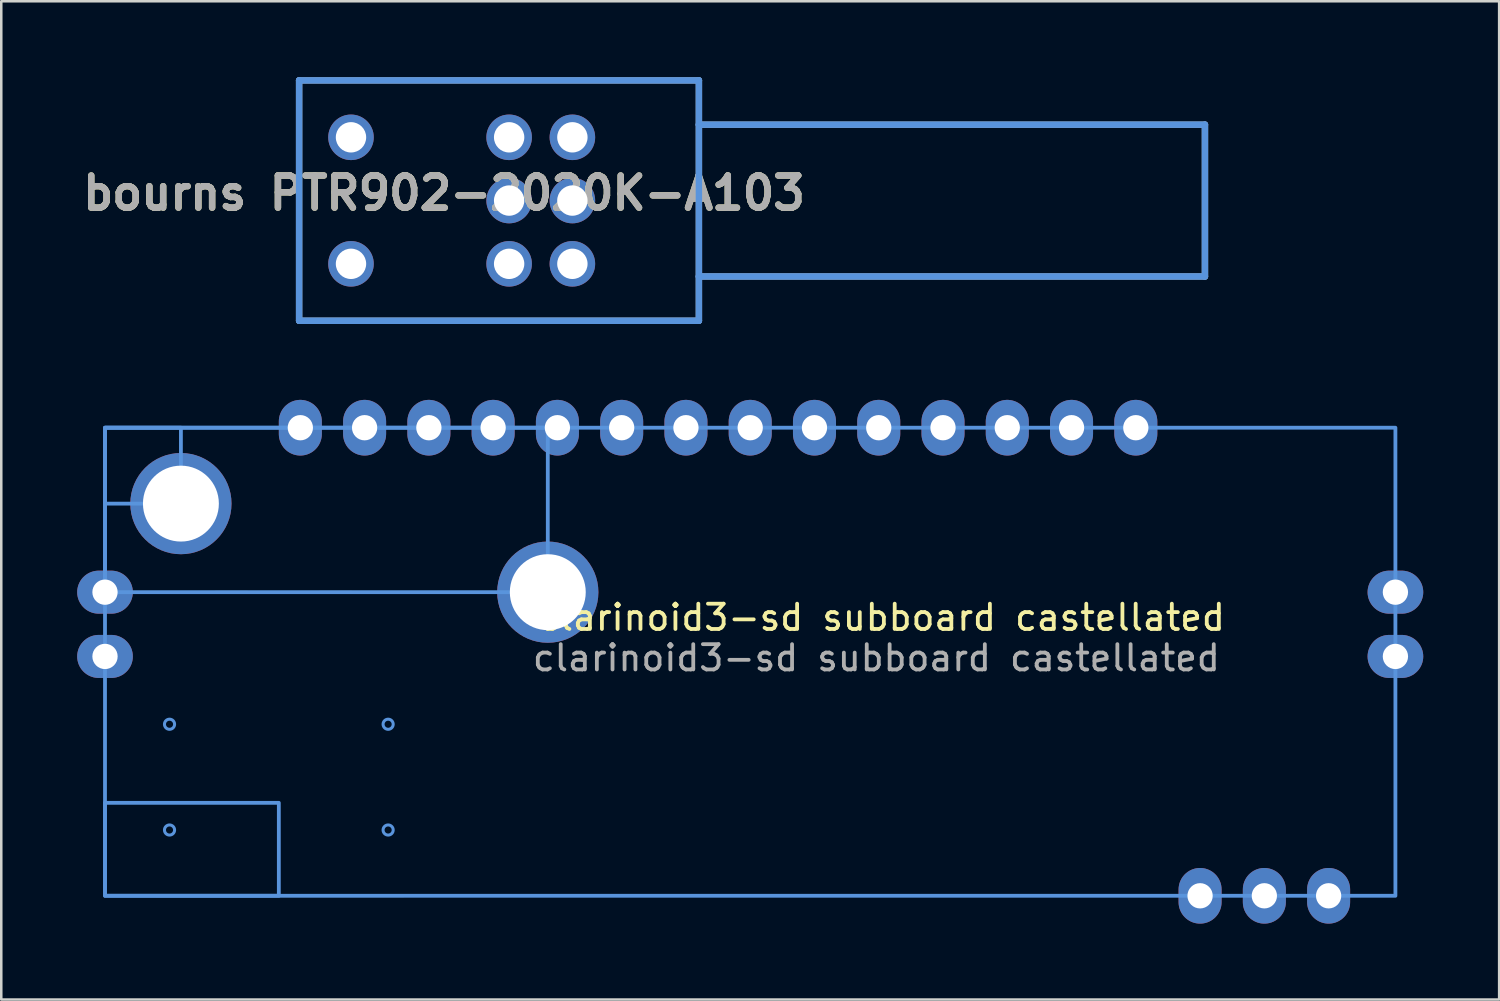
<source format=kicad_pcb>
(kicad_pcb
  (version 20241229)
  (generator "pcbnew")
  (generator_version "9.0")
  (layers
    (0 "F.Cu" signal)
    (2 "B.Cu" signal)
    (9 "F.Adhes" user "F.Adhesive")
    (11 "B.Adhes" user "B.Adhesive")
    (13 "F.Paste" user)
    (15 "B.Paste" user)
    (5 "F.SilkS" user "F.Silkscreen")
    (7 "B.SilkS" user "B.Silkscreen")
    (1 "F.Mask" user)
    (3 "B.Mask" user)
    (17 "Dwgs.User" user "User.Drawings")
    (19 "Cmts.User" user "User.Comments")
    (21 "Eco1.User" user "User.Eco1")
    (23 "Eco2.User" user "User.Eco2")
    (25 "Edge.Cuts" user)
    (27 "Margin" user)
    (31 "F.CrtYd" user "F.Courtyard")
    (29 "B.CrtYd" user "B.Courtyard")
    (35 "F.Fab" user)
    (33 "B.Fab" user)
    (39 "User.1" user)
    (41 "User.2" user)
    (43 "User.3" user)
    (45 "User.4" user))
  (footprint "bourns PTR902-2020K-A103"
    (layer "F.Cu")
    (at 24.572 4.877)
    (property "Reference" "bourns PTR902-2020K-A103" (at -10.076 -0.295 0) (layer "F.SilkS") (effects (font (size 1.27 1.27) (thickness 0.254))))
    (attr through_hole)
    (fp_line (start -15.8 -4.75) (end 0 -4.75) (stroke (width 0.254) (type solid)) (layer "Cmts.User"))
    (fp_line (start -15.8 4.75) (end -15.8 -4.75) (stroke (width 0.254) (type solid)) (layer "Cmts.User"))
    (fp_line (start 0 -4.75) (end 0 -3) (stroke (width 0.254) (type solid)) (layer "Cmts.User"))
    (fp_line (start 0 -3) (end 0 3) (stroke (width 0.254) (type solid)) (layer "Cmts.User"))
    (fp_line (start 0 -3) (end 20 -3) (stroke (width 0.254) (type solid)) (layer "Cmts.User"))
    (fp_line (start 0 3) (end 0 4.75) (stroke (width 0.254) (type solid)) (layer "Cmts.User"))
    (fp_line (start 0 4.75) (end -15.8 4.75) (stroke (width 0.254) (type solid)) (layer "Cmts.User"))
    (fp_line (start 20 -3) (end 20 3) (stroke (width 0.254) (type solid)) (layer "Cmts.User"))
    (fp_line (start 20 3) (end 0 3) (stroke (width 0.254) (type solid)) (layer "Cmts.User"))
    (fp_line (start -15.8 -4.75) (end 0 -4.75) (stroke (width 0.254) (type solid)) (layer "F.Fab"))
    (fp_line (start -15.8 4.75) (end -15.8 -4.75) (stroke (width 0.254) (type solid)) (layer "F.Fab"))
    (fp_line (start 0 -4.75) (end 0 4.75) (stroke (width 0.254) (type solid)) (layer "F.Fab"))
    (fp_line (start 0 -3) (end 20 -3) (stroke (width 0.254) (type solid)) (layer "F.Fab"))
    (fp_line (start 0 4.75) (end -15.8 4.75) (stroke (width 0.254) (type solid)) (layer "F.Fab"))
    (fp_line (start 20 -3) (end 20 3) (stroke (width 0.254) (type solid)) (layer "F.Fab"))
    (fp_line (start 20 3) (end 0 3) (stroke (width 0.254) (type solid)) (layer "F.Fab"))
    (fp_text user "${REFERENCE}" (at -10.076 -0.295 0) (layer "F.Fab") (effects (font (size 1.27 1.27) (thickness 0.254))))
    (pad "1" thru_hole circle (at -5 2.5) (size 1.8 1.8) (drill 1.2) (layers "*.Cu" "*.Mask"))
    (pad "2" thru_hole circle (at -5 0) (size 1.8 1.8) (drill 1.2) (layers "*.Cu" "*.Mask"))
    (pad "3" thru_hole circle (at -5 -2.5) (size 1.8 1.8) (drill 1.2) (layers "*.Cu" "*.Mask"))
    (pad "4" thru_hole circle (at -7.5 2.5) (size 1.8 1.8) (drill 1.2) (layers "*.Cu" "*.Mask"))
    (pad "5" thru_hole circle (at -7.5 0) (size 1.8 1.8) (drill 1.2) (layers "*.Cu" "*.Mask"))
    (pad "6" thru_hole circle (at -7.5 -2.5) (size 1.8 1.8) (drill 1.2) (layers "*.Cu" "*.Mask"))
    (pad "7" thru_hole circle (at -13.75 2.5) (size 1.8 1.8) (drill 1.2) (layers "*.Cu" "*.Mask"))
    (pad "8" thru_hole circle (at -13.75 -2.5) (size 1.8 1.8) (drill 1.2) (layers "*.Cu" "*.Mask")))
  (footprint "clarinoid3-sd subboard castellated"
    (layer "F.Cu")
    (at 4.1 16.854)
    (property "Reference" "clarinoid3-sd subboard castellated" (at 27.687 4.5 0) (unlocked yes) (layer "F.SilkS") (effects (font (size 1 1) (thickness 0.15))))
    (attr smd)
    (fp_rect (start -3 -3) (end 0 0) (stroke (width 0.15) (type solid)) (fill no) (layer "Cmts.User"))
    (fp_rect (start -3 -3) (end 14.5 3.5) (stroke (width 0.15) (type solid)) (fill no) (layer "Cmts.User"))
    (fp_rect (start -3 -3) (end 48 15.5) (stroke (width 0.15) (type solid)) (fill no) (layer "Cmts.User"))
    (fp_rect (start 3.87 11.825) (end -3 15.5) (stroke (width 0.15) (type solid)) (fill no) (layer "Cmts.User"))
    (fp_circle (center -0.45 8.72) (end -0.25 8.72) (stroke (width 0.12) (type solid)) (fill no) (layer "Cmts.User"))
    (fp_circle (center -0.45 12.9) (end -0.25 12.9) (stroke (width 0.12) (type solid)) (fill no) (layer "Cmts.User"))
    (fp_circle (center 4.72 -3) (end 5.017 -3) (stroke (width 0.2) (type solid)) (fill no) (layer "Cmts.User"))
    (fp_circle (center 8.19 8.72) (end 8.39 8.72) (stroke (width 0.12) (type solid)) (fill no) (layer "Cmts.User"))
    (fp_circle (center 8.19 12.9) (end 8.39 12.9) (stroke (width 0.12) (type solid)) (fill no) (layer "Cmts.User"))
    (fp_line (start -1 15.5) (end 8.8 15.5) (stroke (width 0.1) (type solid)) (layer "F.Fab"))
    (fp_line (start 1.375 3.5) (end 2.625 3.5) (stroke (width 0.1) (type solid)) (layer "F.Fab"))
    (fp_line (start 5.482 3.5) (end 6.732 3.5) (stroke (width 0.1) (type solid)) (layer "F.Fab"))
    (fp_text user "${REFERENCE}" (at 27.487 6.1 0) (unlocked yes) (layer "F.Fab") (effects (font (size 1 1) (thickness 0.15))))
    (pad "1" thru_hole oval (at 4.72 -3 90) (size 2.2 1.7) (drill 1) (property pad_prop_castellated) (layers "*.Cu" "*.Mask"))
    (pad "2" thru_hole oval (at 7.26 -3 90) (size 2.2 1.7) (drill 1) (property pad_prop_castellated) (layers "*.Cu" "*.Mask"))
    (pad "3" thru_hole oval (at 9.8 -3 90) (size 2.2 1.7) (drill 1) (property pad_prop_castellated) (layers "*.Cu" "*.Mask"))
    (pad "4" thru_hole oval (at 12.34 -3 90) (size 2.2 1.7) (drill 1) (property pad_prop_castellated) (layers "*.Cu" "*.Mask"))
    (pad "5" thru_hole oval (at 14.88 -3 90) (size 2.2 1.7) (drill 1) (property pad_prop_castellated) (layers "*.Cu" "*.Mask"))
    (pad "6" thru_hole oval (at 17.42 -3 90) (size 2.2 1.7) (drill 1) (property pad_prop_castellated) (layers "*.Cu" "*.Mask"))
    (pad "7" thru_hole oval (at 19.96 -3 90) (size 2.2 1.7) (drill 1) (property pad_prop_castellated) (layers "*.Cu" "*.Mask"))
    (pad "8" thru_hole oval (at 22.5 -3 90) (size 2.2 1.7) (drill 1) (property pad_prop_castellated) (layers "*.Cu" "*.Mask"))
    (pad "9" thru_hole oval (at 25.04 -3 90) (size 2.2 1.7) (drill 1) (property pad_prop_castellated) (layers "*.Cu" "*.Mask"))
    (pad "10" thru_hole oval (at 27.58 -3 90) (size 2.2 1.7) (drill 1) (property pad_prop_castellated) (layers "*.Cu" "*.Mask"))
    (pad "11" thru_hole oval (at 30.12 -3 90) (size 2.2 1.7) (drill 1) (property pad_prop_castellated) (layers "*.Cu" "*.Mask"))
    (pad "12" thru_hole oval (at 32.66 -3 90) (size 2.2 1.7) (drill 1) (property pad_prop_castellated) (layers "*.Cu" "*.Mask"))
    (pad "13" thru_hole oval (at 35.2 -3 90) (size 2.2 1.7) (drill 1) (property pad_prop_castellated) (layers "*.Cu" "*.Mask"))
    (pad "14" thru_hole oval (at 37.74 -3 90) (size 2.2 1.7) (drill 1) (property pad_prop_castellated) (layers "*.Cu" "*.Mask"))
    (pad "15" thru_hole oval (at 40.28 15.5 90) (size 2.2 1.7) (drill 1) (property pad_prop_castellated) (layers "*.Cu" "*.Mask"))
    (pad "16" thru_hole oval (at 42.82 15.5 90) (size 2.2 1.7) (drill 1) (property pad_prop_castellated) (layers "*.Cu" "*.Mask"))
    (pad "17" thru_hole oval (at 45.36 15.5 90) (size 2.2 1.7) (drill 1) (property pad_prop_castellated) (layers "*.Cu" "*.Mask"))
    (pad "18" thru_hole oval (at -3 3.5 180) (size 2.2 1.7) (drill 1) (property pad_prop_castellated) (layers "*.Cu" "*.Mask"))
    (pad "19" thru_hole oval (at -3 6.04 180) (size 2.2 1.7) (drill 1) (property pad_prop_castellated) (layers "*.Cu" "*.Mask"))
    (pad "20" thru_hole oval (at 48 3.5 180) (size 2.2 1.7) (drill 1) (property pad_prop_castellated) (layers "*.Cu" "*.Mask"))
    (pad "21" thru_hole oval (at 48 6.04 180) (size 2.2 1.7) (drill 1) (property pad_prop_castellated) (layers "*.Cu" "*.Mask"))
    (pad "SOTHER" thru_hole circle (at 14.5 3.5) (size 4 4) (drill 3) (layers "*.Cu" "*.Mask"))
    (pad "SUSB" thru_hole circle (at 0 0) (size 4 4) (drill 3) (layers "*.Cu" "*.Mask")))
  (gr_rect
    (start -3 -3)
    (end 56.2 36.454)
    (stroke (width 0.1) (type default))
    (fill no)
    (layer "Edge.Cuts")))
</source>
